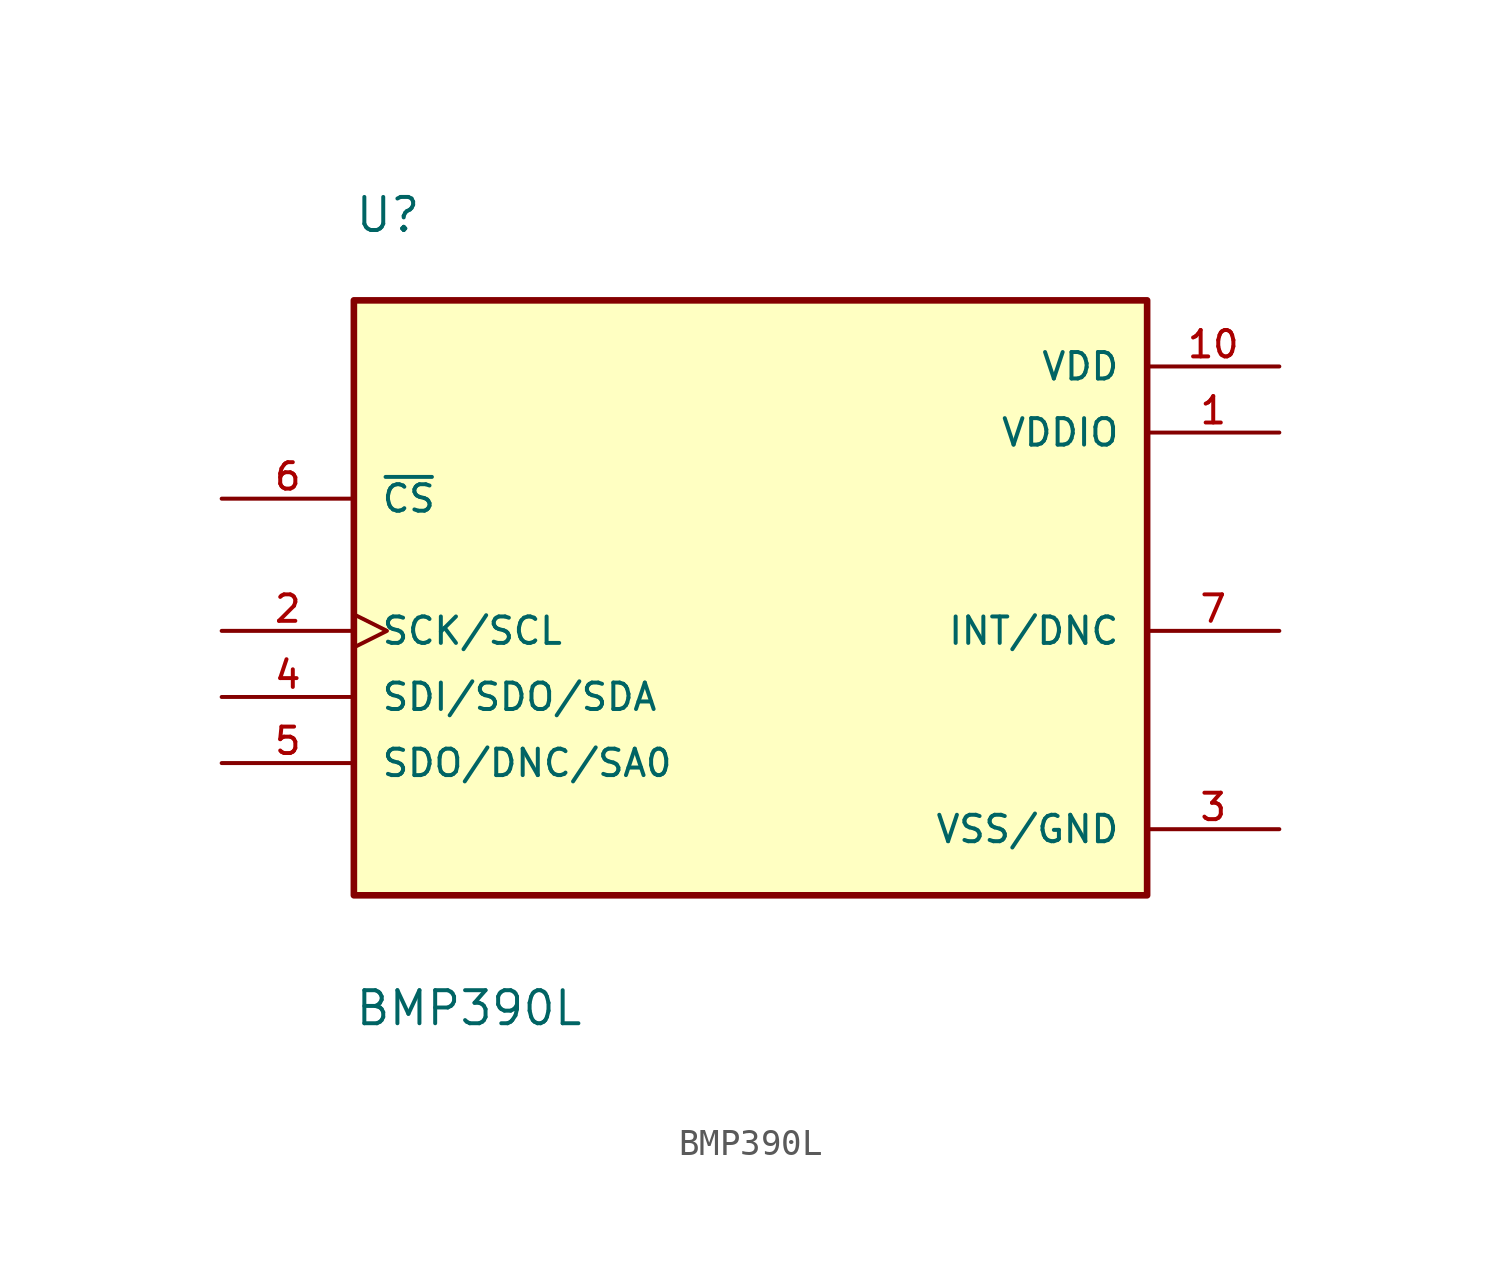
<source format=kicad_sym>
(kicad_symbol_lib
  (version 20241209)
  (generator "kicad_symbol_editor")
  (generator_version "9.0")
  (symbol "BMP390L"
    (pin_names
      (offset 1.016))
    (property "Reference" "U"
      (at -15.24 15.24 0)
      (effects (font (size 1.27 1.27)) (justify left bottom)))
    (property "Value" "BMP390L"
      (at -15.24 -15.24 0)
      (effects (font (size 1.27 1.27)) (justify left bottom)))
    (symbol "BMP390L_0_0"
      (rectangle (start -15.24 12.7) (end 15.24 -10.16) (stroke (width 0.254) (type default)) (fill (type background)))
      (pin input line (at -20.32 5.08 0) (length 5.08) (name "~{CS}" (effects (font (size 1.016 1.016)))) (number "6" (effects (font (size 1.016 1.016)))))
      (pin input clock (at -20.32 0 0) (length 5.08) (name "SCK/SCL" (effects (font (size 1.016 1.016)))) (number "2" (effects (font (size 1.016 1.016)))))
      (pin bidirectional line (at -20.32 -2.54 0) (length 5.08) (name "SDI/SDO/SDA" (effects (font (size 1.016 1.016)))) (number "4" (effects (font (size 1.016 1.016)))))
      (pin bidirectional line (at -20.32 -5.08 0) (length 5.08) (name "SDO/DNC/SA0" (effects (font (size 1.016 1.016)))) (number "5" (effects (font (size 1.016 1.016)))))
      (pin power_in line (at 20.32 10.16 180) (length 5.08) (name "VDD" (effects (font (size 1.016 1.016)))) (number "10" (effects (font (size 1.016 1.016)))))
      (pin power_in line (at 20.32 7.62 180) (length 5.08) (name "VDDIO" (effects (font (size 1.016 1.016)))) (number "1" (effects (font (size 1.016 1.016)))))
      (pin output line (at 20.32 0 180) (length 5.08) (name "INT/DNC" (effects (font (size 1.016 1.016)))) (number "7" (effects (font (size 1.016 1.016)))))
      (pin power_in line (at 20.32 -7.62 180) (length 5.08) (name "VSS/GND" (effects (font (size 1.016 1.016)))) (number "3" (effects (font (size 1.016 1.016)))))
      (pin power_in line (at 20.32 -7.62 180) (length 5.08) (hide yes) (name "VSS/GND" (effects (font (size 1.016 1.016)))) (number "8" (effects (font (size 1.016 1.016)))))
      (pin power_in line (at 20.32 -7.62 180) (length 5.08) (hide yes) (name "VSS/GND" (effects (font (size 1.016 1.016)))) (number "9" (effects (font (size 1.016 1.016))))))))
</source>
